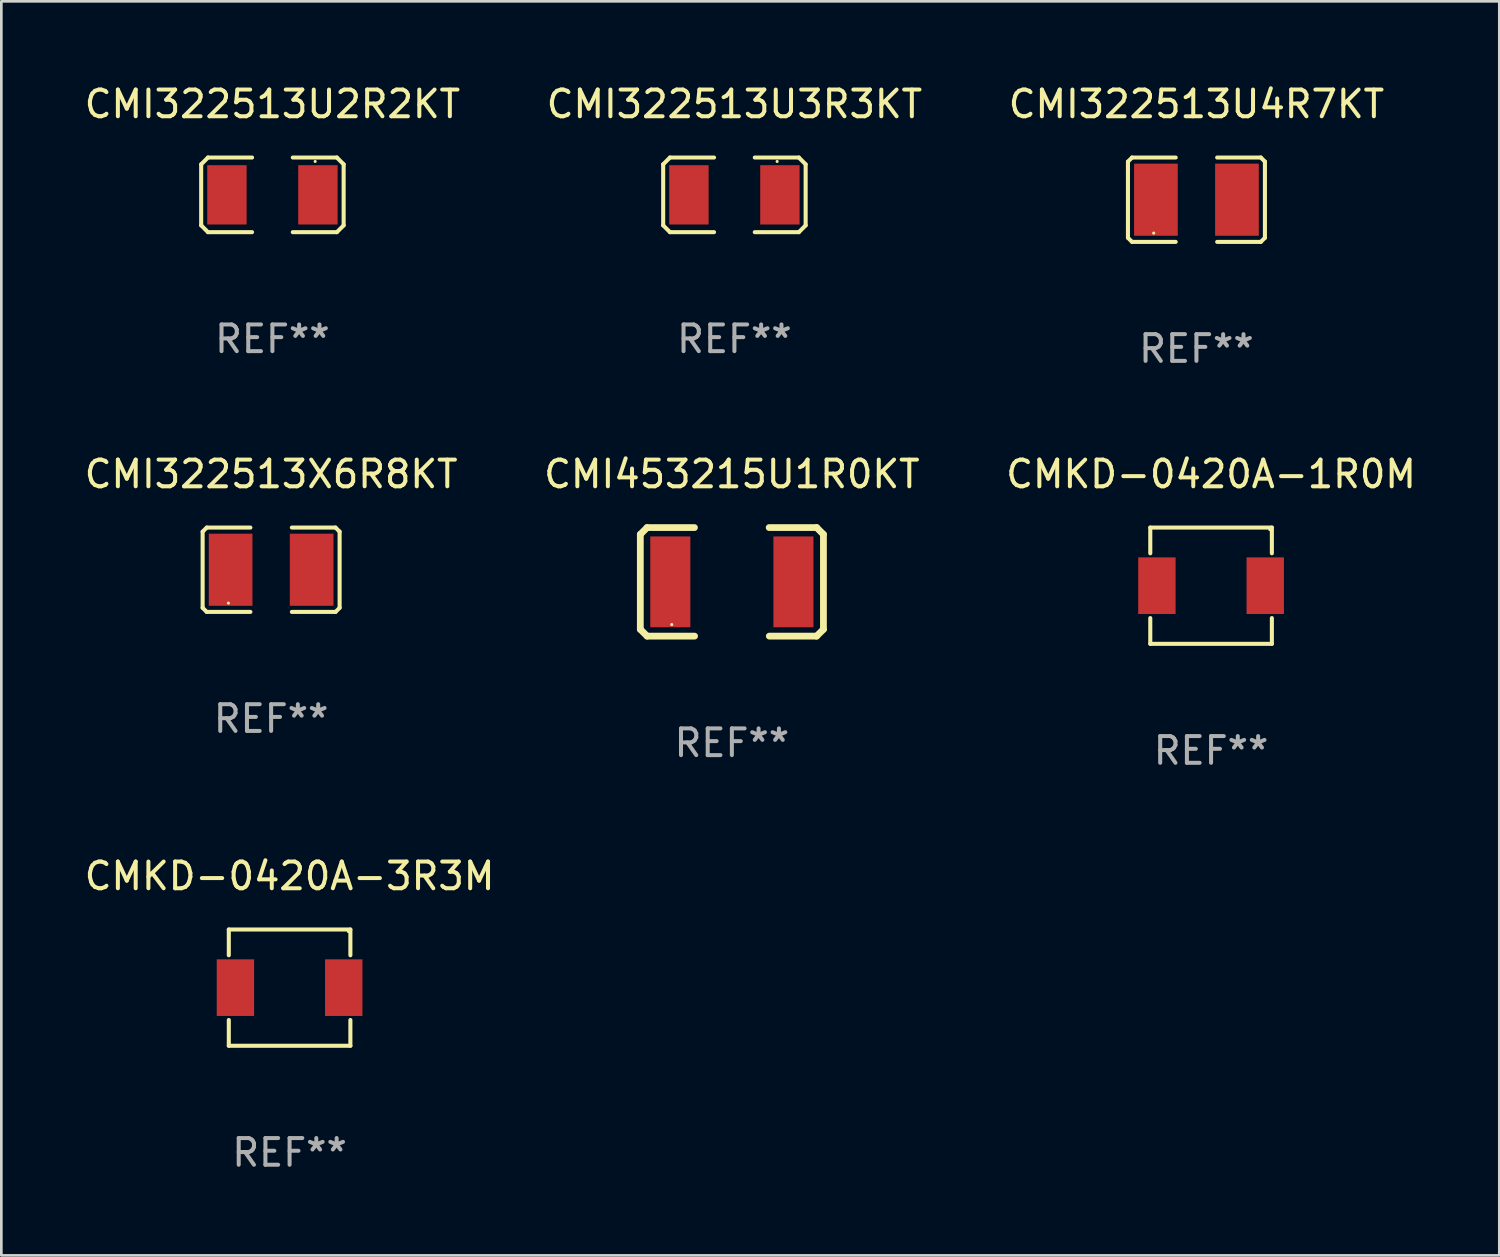
<source format=kicad_pcb>
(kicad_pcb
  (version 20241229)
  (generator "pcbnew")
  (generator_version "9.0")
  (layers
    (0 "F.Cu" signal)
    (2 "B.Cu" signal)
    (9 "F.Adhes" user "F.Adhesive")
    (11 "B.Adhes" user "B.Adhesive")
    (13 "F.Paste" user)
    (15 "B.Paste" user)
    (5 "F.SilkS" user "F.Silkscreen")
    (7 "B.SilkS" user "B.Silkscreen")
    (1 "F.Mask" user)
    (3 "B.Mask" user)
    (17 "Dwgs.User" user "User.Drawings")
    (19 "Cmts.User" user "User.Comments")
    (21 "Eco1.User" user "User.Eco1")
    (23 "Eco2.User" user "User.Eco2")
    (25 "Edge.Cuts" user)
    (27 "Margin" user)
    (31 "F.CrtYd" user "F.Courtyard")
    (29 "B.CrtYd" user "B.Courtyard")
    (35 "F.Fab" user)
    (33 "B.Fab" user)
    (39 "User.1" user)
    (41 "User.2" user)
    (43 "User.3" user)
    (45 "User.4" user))
  (footprint "CMI322513U2R2KT"
    (layer "F.Cu")
    (at 7.149 4.245)
    (property "Reference" "CMI322513U2R2KT" (at 0 -3.397 0) (layer "F.SilkS") (effects (font (size 1 1) (thickness 0.15))))
    (attr through_hole)
    (fp_line (start -2.667 -1.143) (end -2.413 -1.397) (stroke (width 0.152) (type solid)) (layer "F.SilkS"))
    (fp_line (start -2.667 1.143) (end -2.667 -1.143) (stroke (width 0.152) (type solid)) (layer "F.SilkS"))
    (fp_line (start -2.413 -1.397) (end -0.762 -1.397) (stroke (width 0.152) (type solid)) (layer "F.SilkS"))
    (fp_line (start -2.413 1.397) (end -2.667 1.143) (stroke (width 0.152) (type solid)) (layer "F.SilkS"))
    (fp_line (start -0.762 1.397) (end -2.413 1.397) (stroke (width 0.152) (type solid)) (layer "F.SilkS"))
    (fp_line (start 0.762 -1.397) (end 2.413 -1.397) (stroke (width 0.152) (type solid)) (layer "F.SilkS"))
    (fp_line (start 2.413 -1.397) (end 2.667 -1.143) (stroke (width 0.152) (type solid)) (layer "F.SilkS"))
    (fp_line (start 2.413 1.397) (end 0.762 1.397) (stroke (width 0.152) (type solid)) (layer "F.SilkS"))
    (fp_line (start 2.667 -1.143) (end 2.667 1.143) (stroke (width 0.152) (type solid)) (layer "F.SilkS"))
    (fp_line (start 2.667 1.143) (end 2.413 1.397) (stroke (width 0.152) (type solid)) (layer "F.SilkS"))
    (fp_circle (center 1.6 -1.25) (end 1.63 -1.25) (stroke (width 0.06) (type solid)) (fill no) (layer "F.SilkS"))
    (fp_text user "REF**" (at 0 5.397 0) (layer "F.Fab") (effects (font (size 1 1) (thickness 0.15))))
    (pad "1" smd rect (at 1.703 0) (size 1.474 2.22) (layers "F.Cu" "F.Mask" "F.Paste"))
    (pad "2" smd rect (at -1.703 0) (size 1.474 2.22) (layers "F.Cu" "F.Mask" "F.Paste")))
  (footprint "CMI453215U1R0KT"
    (layer "F.Cu")
    (at 24.351 18.734)
    (property "Reference" "CMI453215U1R0KT" (at 0 -4.032 0) (layer "F.SilkS") (effects (font (size 1 1) (thickness 0.15))))
    (attr through_hole)
    (fp_line (start -3.428 -1.778) (end -3.174 -2.032) (stroke (width 0.254) (type solid)) (layer "F.SilkS"))
    (fp_line (start -3.428 1.778) (end -3.428 -1.778) (stroke (width 0.254) (type solid)) (layer "F.SilkS"))
    (fp_line (start -3.174 -2.032) (end -1.401 -2.032) (stroke (width 0.254) (type solid)) (layer "F.SilkS"))
    (fp_line (start -3.174 2.032) (end -3.428 1.778) (stroke (width 0.254) (type solid)) (layer "F.SilkS"))
    (fp_line (start -1.396 2.032) (end -3.174 2.032) (stroke (width 0.254) (type solid)) (layer "F.SilkS"))
    (fp_line (start 1.396 -2.032) (end 3.174 -2.032) (stroke (width 0.254) (type solid)) (layer "F.SilkS"))
    (fp_line (start 3.174 -2.032) (end 3.428 -1.778) (stroke (width 0.254) (type solid)) (layer "F.SilkS"))
    (fp_line (start 3.174 2.032) (end 1.401 2.032) (stroke (width 0.254) (type solid)) (layer "F.SilkS"))
    (fp_line (start 3.428 -1.778) (end 3.428 1.778) (stroke (width 0.254) (type solid)) (layer "F.SilkS"))
    (fp_line (start 3.428 1.778) (end 3.174 2.032) (stroke (width 0.254) (type solid)) (layer "F.SilkS"))
    (fp_circle (center -2.25 1.6) (end -2.22 1.6) (stroke (width 0.06) (type solid)) (fill no) (layer "F.SilkS"))
    (fp_text user "REF**" (at 0 6.032 0) (layer "F.Fab") (effects (font (size 1 1) (thickness 0.15))))
    (pad "1" smd rect (at -2.305 0) (size 1.5 3.4) (layers "F.Cu" "F.Mask" "F.Paste"))
    (pad "2" smd rect (at 2.305 0) (size 1.5 3.4) (layers "F.Cu" "F.Mask" "F.Paste")))
  (footprint "CMI322513U4R7KT"
    (layer "F.Cu")
    (at 41.744 4.427)
    (property "Reference" "CMI322513U4R7KT" (at 0 -3.579 0) (layer "F.SilkS") (effects (font (size 1 1) (thickness 0.15))))
    (attr through_hole)
    (fp_line (start -2.564 -1.426) (end -2.564 1.426) (stroke (width 0.152) (type solid)) (layer "F.SilkS"))
    (fp_line (start -2.564 1.426) (end -2.411 1.579) (stroke (width 0.152) (type solid)) (layer "F.SilkS"))
    (fp_line (start -2.411 -1.579) (end -2.564 -1.426) (stroke (width 0.152) (type solid)) (layer "F.SilkS"))
    (fp_line (start -2.411 1.579) (end -0.776 1.579) (stroke (width 0.152) (type solid)) (layer "F.SilkS"))
    (fp_line (start -0.776 -1.579) (end -2.411 -1.579) (stroke (width 0.152) (type solid)) (layer "F.SilkS"))
    (fp_line (start 0.776 -1.579) (end 2.411 -1.579) (stroke (width 0.152) (type solid)) (layer "F.SilkS"))
    (fp_line (start 2.411 -1.579) (end 2.564 -1.426) (stroke (width 0.152) (type solid)) (layer "F.SilkS"))
    (fp_line (start 2.411 1.579) (end 0.776 1.579) (stroke (width 0.152) (type solid)) (layer "F.SilkS"))
    (fp_line (start 2.564 -1.426) (end 2.564 1.426) (stroke (width 0.152) (type solid)) (layer "F.SilkS"))
    (fp_line (start 2.564 1.426) (end 2.411 1.579) (stroke (width 0.152) (type solid)) (layer "F.SilkS"))
    (fp_circle (center -1.6 1.25) (end -1.57 1.25) (stroke (width 0.06) (type solid)) (fill no) (layer "F.SilkS"))
    (fp_text user "REF**" (at 0 5.579 0) (layer "F.Fab") (effects (font (size 1 1) (thickness 0.15))))
    (pad "1" smd rect (at -1.517 -0.000013) (size 1.635 2.7) (layers "F.Cu" "F.Mask" "F.Paste"))
    (pad "2" smd rect (at 1.517 -0.000013) (size 1.635 2.7) (layers "F.Cu" "F.Mask" "F.Paste")))
  (footprint "CMI322513X6R8KT"
    (layer "F.Cu")
    (at 7.101 18.281)
    (property "Reference" "CMI322513X6R8KT" (at 0 -3.579 0) (layer "F.SilkS") (effects (font (size 1 1) (thickness 0.15))))
    (attr through_hole)
    (fp_line (start -2.564 -1.426) (end -2.564 1.426) (stroke (width 0.152) (type solid)) (layer "F.SilkS"))
    (fp_line (start -2.564 1.426) (end -2.411 1.579) (stroke (width 0.152) (type solid)) (layer "F.SilkS"))
    (fp_line (start -2.411 -1.579) (end -2.564 -1.426) (stroke (width 0.152) (type solid)) (layer "F.SilkS"))
    (fp_line (start -2.411 1.579) (end -0.776 1.579) (stroke (width 0.152) (type solid)) (layer "F.SilkS"))
    (fp_line (start -0.776 -1.579) (end -2.411 -1.579) (stroke (width 0.152) (type solid)) (layer "F.SilkS"))
    (fp_line (start 0.776 -1.579) (end 2.411 -1.579) (stroke (width 0.152) (type solid)) (layer "F.SilkS"))
    (fp_line (start 2.411 -1.579) (end 2.564 -1.426) (stroke (width 0.152) (type solid)) (layer "F.SilkS"))
    (fp_line (start 2.411 1.579) (end 0.776 1.579) (stroke (width 0.152) (type solid)) (layer "F.SilkS"))
    (fp_line (start 2.564 -1.426) (end 2.564 1.426) (stroke (width 0.152) (type solid)) (layer "F.SilkS"))
    (fp_line (start 2.564 1.426) (end 2.411 1.579) (stroke (width 0.152) (type solid)) (layer "F.SilkS"))
    (fp_circle (center -1.6 1.25) (end -1.57 1.25) (stroke (width 0.06) (type solid)) (fill no) (layer "F.SilkS"))
    (fp_text user "REF**" (at 0 5.579 0) (layer "F.Fab") (effects (font (size 1 1) (thickness 0.15))))
    (pad "1" smd rect (at -1.517 -0.000013) (size 1.635 2.7) (layers "F.Cu" "F.Mask" "F.Paste"))
    (pad "2" smd rect (at 1.517 -0.000013) (size 1.635 2.7) (layers "F.Cu" "F.Mask" "F.Paste")))
  (footprint "CMKD-0420A-1R0M"
    (layer "F.Cu")
    (at 42.292 18.878)
    (property "Reference" "CMKD-0420A-1R0M" (at 0 -4.176 0) (layer "F.SilkS") (effects (font (size 1 1) (thickness 0.15))))
    (attr through_hole)
    (fp_line (start -2.276 -2.176) (end 2.276 -2.176) (stroke (width 0.152) (type solid)) (layer "F.SilkS"))
    (fp_line (start -2.276 -1.212) (end -2.276 -2.176) (stroke (width 0.152) (type solid)) (layer "F.SilkS"))
    (fp_line (start -2.276 1.212) (end -2.276 2.176) (stroke (width 0.152) (type solid)) (layer "F.SilkS"))
    (fp_line (start -2.276 2.176) (end 2.276 2.176) (stroke (width 0.152) (type solid)) (layer "F.SilkS"))
    (fp_line (start 2.276 -2.176) (end 2.276 -1.212) (stroke (width 0.152) (type solid)) (layer "F.SilkS"))
    (fp_line (start 2.276 2.176) (end 2.276 1.212) (stroke (width 0.152) (type solid)) (layer "F.SilkS"))
    (fp_circle (center 2.2 -2.1) (end 2.23 -2.1) (stroke (width 0.06) (type solid)) (fill no) (layer "F.SilkS"))
    (fp_text user "REF**" (at 0 6.176 0) (layer "F.Fab") (effects (font (size 1 1) (thickness 0.15))))
    (pad "1" smd rect (at 2.028 0) (size 1.4 2.12) (layers "F.Cu" "F.Mask" "F.Paste"))
    (pad "2" smd rect (at -2.028 0) (size 1.4 2.12) (layers "F.Cu" "F.Mask" "F.Paste")))
  (footprint "CMI322513U3R3KT"
    (layer "F.Cu")
    (at 24.446 4.245)
    (property "Reference" "CMI322513U3R3KT" (at 0 -3.397 0) (layer "F.SilkS") (effects (font (size 1 1) (thickness 0.15))))
    (attr through_hole)
    (fp_line (start -2.667 -1.143) (end -2.413 -1.397) (stroke (width 0.152) (type solid)) (layer "F.SilkS"))
    (fp_line (start -2.667 1.143) (end -2.667 -1.143) (stroke (width 0.152) (type solid)) (layer "F.SilkS"))
    (fp_line (start -2.413 -1.397) (end -0.762 -1.397) (stroke (width 0.152) (type solid)) (layer "F.SilkS"))
    (fp_line (start -2.413 1.397) (end -2.667 1.143) (stroke (width 0.152) (type solid)) (layer "F.SilkS"))
    (fp_line (start -0.762 1.397) (end -2.413 1.397) (stroke (width 0.152) (type solid)) (layer "F.SilkS"))
    (fp_line (start 0.762 -1.397) (end 2.413 -1.397) (stroke (width 0.152) (type solid)) (layer "F.SilkS"))
    (fp_line (start 2.413 -1.397) (end 2.667 -1.143) (stroke (width 0.152) (type solid)) (layer "F.SilkS"))
    (fp_line (start 2.413 1.397) (end 0.762 1.397) (stroke (width 0.152) (type solid)) (layer "F.SilkS"))
    (fp_line (start 2.667 -1.143) (end 2.667 1.143) (stroke (width 0.152) (type solid)) (layer "F.SilkS"))
    (fp_line (start 2.667 1.143) (end 2.413 1.397) (stroke (width 0.152) (type solid)) (layer "F.SilkS"))
    (fp_circle (center 1.6 -1.25) (end 1.63 -1.25) (stroke (width 0.06) (type solid)) (fill no) (layer "F.SilkS"))
    (fp_text user "REF**" (at 0 5.397 0) (layer "F.Fab") (effects (font (size 1 1) (thickness 0.15))))
    (pad "1" smd rect (at 1.703 0) (size 1.474 2.22) (layers "F.Cu" "F.Mask" "F.Paste"))
    (pad "2" smd rect (at -1.703 0) (size 1.474 2.22) (layers "F.Cu" "F.Mask" "F.Paste")))
  (footprint "CMKD-0420A-3R3M"
    (layer "F.Cu")
    (at 7.792 33.927)
    (property "Reference" "CMKD-0420A-3R3M" (at 0 -4.176 0) (layer "F.SilkS") (effects (font (size 1 1) (thickness 0.15))))
    (attr through_hole)
    (fp_line (start -2.276 -2.176) (end 2.276 -2.176) (stroke (width 0.152) (type solid)) (layer "F.SilkS"))
    (fp_line (start -2.276 -1.212) (end -2.276 -2.176) (stroke (width 0.152) (type solid)) (layer "F.SilkS"))
    (fp_line (start -2.276 1.212) (end -2.276 2.176) (stroke (width 0.152) (type solid)) (layer "F.SilkS"))
    (fp_line (start -2.276 2.176) (end 2.276 2.176) (stroke (width 0.152) (type solid)) (layer "F.SilkS"))
    (fp_line (start 2.276 -2.176) (end 2.276 -1.212) (stroke (width 0.152) (type solid)) (layer "F.SilkS"))
    (fp_line (start 2.276 2.176) (end 2.276 1.212) (stroke (width 0.152) (type solid)) (layer "F.SilkS"))
    (fp_circle (center 2.2 -2.1) (end 2.23 -2.1) (stroke (width 0.06) (type solid)) (fill no) (layer "F.SilkS"))
    (fp_text user "REF**" (at 0 6.176 0) (layer "F.Fab") (effects (font (size 1 1) (thickness 0.15))))
    (pad "1" smd rect (at 2.028 0) (size 1.4 2.12) (layers "F.Cu" "F.Mask" "F.Paste"))
    (pad "2" smd rect (at -2.028 0) (size 1.4 2.12) (layers "F.Cu" "F.Mask" "F.Paste")))
  (gr_rect
    (start -3 -3)
    (end 53.083 43.952)
    (stroke (width 0.1) (type default))
    (fill no)
    (layer "Edge.Cuts")))
</source>
